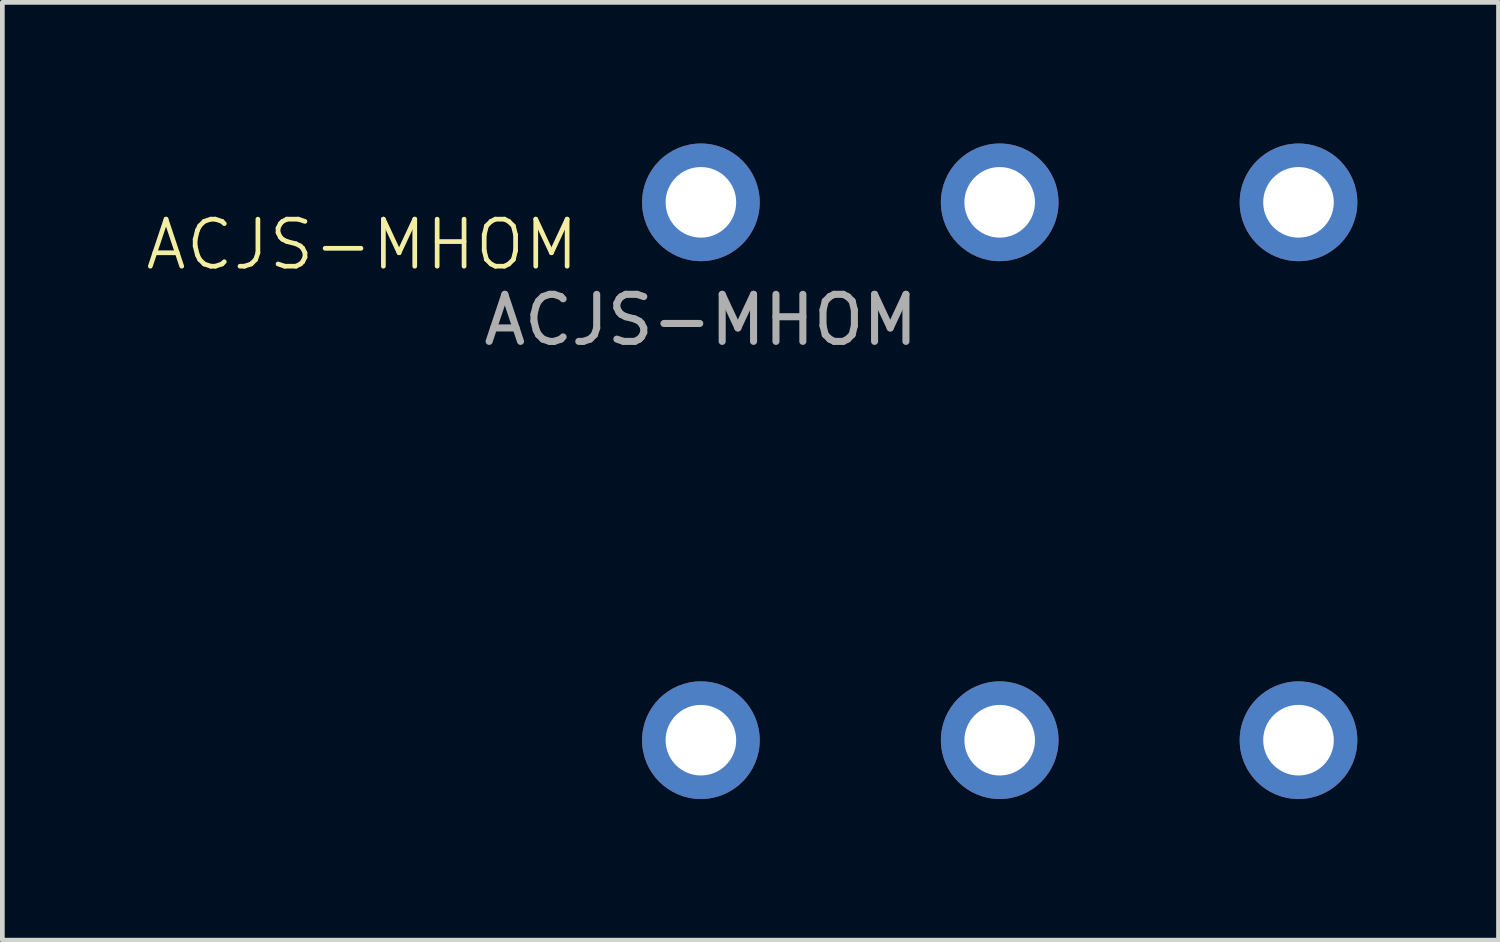
<source format=kicad_pcb>
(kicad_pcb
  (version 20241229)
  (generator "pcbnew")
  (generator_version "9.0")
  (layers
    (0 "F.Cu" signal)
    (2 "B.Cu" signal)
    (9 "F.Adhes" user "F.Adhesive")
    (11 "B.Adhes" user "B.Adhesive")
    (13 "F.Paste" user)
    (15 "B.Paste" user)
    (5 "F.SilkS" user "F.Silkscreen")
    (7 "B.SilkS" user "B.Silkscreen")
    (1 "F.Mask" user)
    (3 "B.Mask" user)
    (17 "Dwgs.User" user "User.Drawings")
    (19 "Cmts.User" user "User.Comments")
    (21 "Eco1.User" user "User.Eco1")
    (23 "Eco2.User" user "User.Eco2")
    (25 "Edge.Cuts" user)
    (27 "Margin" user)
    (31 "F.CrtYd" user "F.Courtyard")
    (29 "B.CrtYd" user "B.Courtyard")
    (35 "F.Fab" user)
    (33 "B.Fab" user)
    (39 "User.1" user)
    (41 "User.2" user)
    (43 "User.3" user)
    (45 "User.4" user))
  (footprint "ACJS-MHOM"
    (layer "F.Cu")
    (at 11.845 1.25)
    (property "Reference" "ACJS-MHOM" (at -7.2 0.9 0) (unlocked yes) (layer "F.SilkS") (effects (font (size 1 1) (thickness 0.1))))
    (attr smd)
    (fp_text user "${REFERENCE}" (at 0 2.5 0) (unlocked yes) (layer "F.Fab") (effects (font (size 1 1) (thickness 0.15))))
    (pad "R" thru_hole circle (at 6.35 0) (size 2.5 2.5) (drill 1.5) (layers "*.Cu" "*.Mask"))
    (pad "RN" thru_hole circle (at 6.35 11.43) (size 2.5 2.5) (drill 1.5) (layers "*.Cu" "*.Mask"))
    (pad "S" thru_hole circle (at 12.7 0) (size 2.5 2.5) (drill 1.5) (layers "*.Cu" "*.Mask"))
    (pad "S" thru_hole circle (at 12.7 11.43) (size 2.5 2.5) (drill 1.5) (layers "*.Cu" "*.Mask"))
    (pad "T" thru_hole circle (at 0 0) (size 2.5 2.5) (drill 1.5) (layers "*.Cu" "*.Mask"))
    (pad "TN" thru_hole circle (at 0 11.43) (size 2.5 2.5) (drill 1.5) (layers "*.Cu" "*.Mask")))
  (gr_rect
    (start -3 -3)
    (end 28.795 16.93)
    (stroke (width 0.1) (type default))
    (fill no)
    (layer "Edge.Cuts")))
</source>
